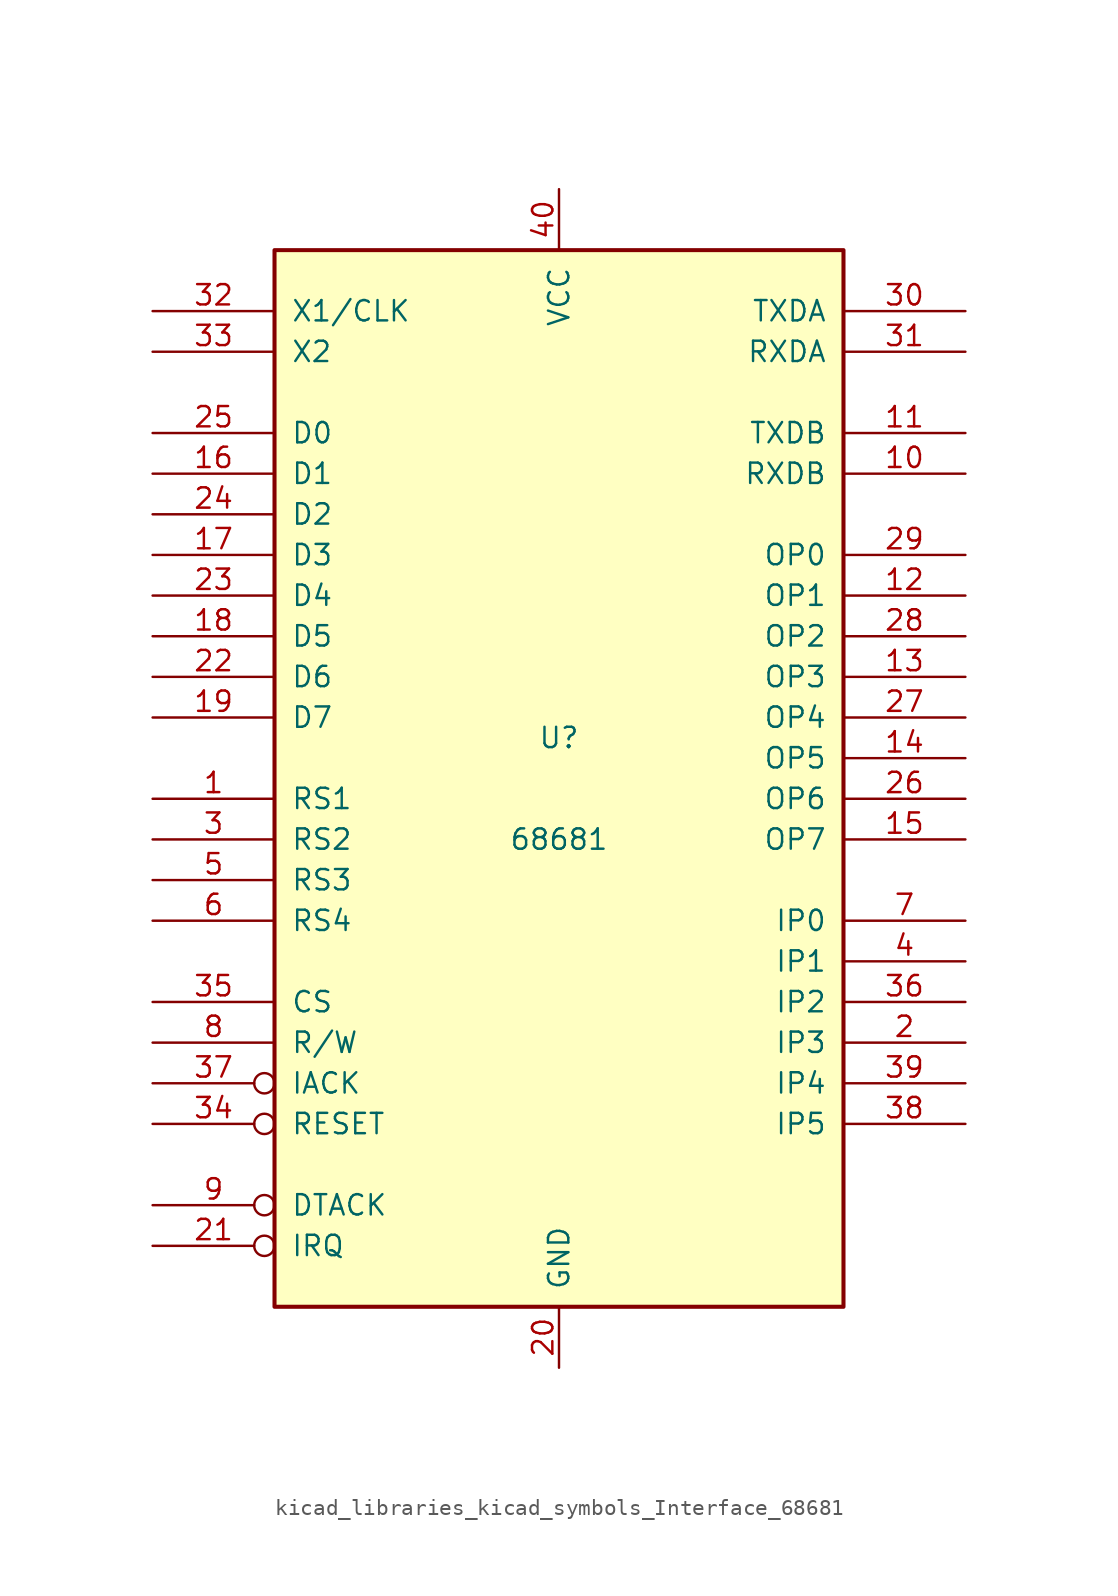
<source format=kicad_sym>
(kicad_symbol_lib
  (version 20220914)
  (generator kicad_symbol_editor)
  (symbol "kicad_libraries_kicad_symbols_Interface_68681"
    (pin_names
      (offset 1.016))
    (property "Reference" "U"
      (at 0 3.81 0)
      (effects (font (size 1.27 1.27))))
    (property "Value" "68681"
      (at 0 -2.54 0)
      (effects (font (size 1.27 1.27))))
    (symbol "kicad_libraries_kicad_symbols_Interface_68681_0_1"
      (rectangle (start -17.78 -31.75) (end 17.78 34.29) (stroke (width 0.254) (type default)) (fill (type background))))
    (symbol "kicad_libraries_kicad_symbols_Interface_68681_1_1"
      (pin input line (at -25.4 0 0) (length 7.62) (name "RS1" (effects (font (size 1.27 1.27)))) (number "1" (effects (font (size 1.27 1.27)))))
      (pin input line (at 25.4 20.32 180) (length 7.62) (name "RXDB" (effects (font (size 1.27 1.27)))) (number "10" (effects (font (size 1.27 1.27)))))
      (pin output line (at 25.4 22.86 180) (length 7.62) (name "TXDB" (effects (font (size 1.27 1.27)))) (number "11" (effects (font (size 1.27 1.27)))))
      (pin output line (at 25.4 12.7 180) (length 7.62) (name "OP1" (effects (font (size 1.27 1.27)))) (number "12" (effects (font (size 1.27 1.27)))))
      (pin output line (at 25.4 7.62 180) (length 7.62) (name "OP3" (effects (font (size 1.27 1.27)))) (number "13" (effects (font (size 1.27 1.27)))))
      (pin output line (at 25.4 2.54 180) (length 7.62) (name "OP5" (effects (font (size 1.27 1.27)))) (number "14" (effects (font (size 1.27 1.27)))))
      (pin output line (at 25.4 -2.54 180) (length 7.62) (name "OP7" (effects (font (size 1.27 1.27)))) (number "15" (effects (font (size 1.27 1.27)))))
      (pin tri_state line (at -25.4 20.32 0) (length 7.62) (name "D1" (effects (font (size 1.27 1.27)))) (number "16" (effects (font (size 1.27 1.27)))))
      (pin tri_state line (at -25.4 15.24 0) (length 7.62) (name "D3" (effects (font (size 1.27 1.27)))) (number "17" (effects (font (size 1.27 1.27)))))
      (pin tri_state line (at -25.4 10.16 0) (length 7.62) (name "D5" (effects (font (size 1.27 1.27)))) (number "18" (effects (font (size 1.27 1.27)))))
      (pin tri_state line (at -25.4 5.08 0) (length 7.62) (name "D7" (effects (font (size 1.27 1.27)))) (number "19" (effects (font (size 1.27 1.27)))))
      (pin input line (at 25.4 -15.24 180) (length 7.62) (name "IP3" (effects (font (size 1.27 1.27)))) (number "2" (effects (font (size 1.27 1.27)))))
      (pin power_in line (at 0 -35.56 90) (length 3.81) (name "GND" (effects (font (size 1.27 1.27)))) (number "20" (effects (font (size 1.27 1.27)))))
      (pin output inverted (at -25.4 -27.94 0) (length 7.62) (name "IRQ" (effects (font (size 1.27 1.27)))) (number "21" (effects (font (size 1.27 1.27)))))
      (pin tri_state line (at -25.4 7.62 0) (length 7.62) (name "D6" (effects (font (size 1.27 1.27)))) (number "22" (effects (font (size 1.27 1.27)))))
      (pin tri_state line (at -25.4 12.7 0) (length 7.62) (name "D4" (effects (font (size 1.27 1.27)))) (number "23" (effects (font (size 1.27 1.27)))))
      (pin tri_state line (at -25.4 17.78 0) (length 7.62) (name "D2" (effects (font (size 1.27 1.27)))) (number "24" (effects (font (size 1.27 1.27)))))
      (pin tri_state line (at -25.4 22.86 0) (length 7.62) (name "D0" (effects (font (size 1.27 1.27)))) (number "25" (effects (font (size 1.27 1.27)))))
      (pin output line (at 25.4 0 180) (length 7.62) (name "OP6" (effects (font (size 1.27 1.27)))) (number "26" (effects (font (size 1.27 1.27)))))
      (pin output line (at 25.4 5.08 180) (length 7.62) (name "OP4" (effects (font (size 1.27 1.27)))) (number "27" (effects (font (size 1.27 1.27)))))
      (pin output line (at 25.4 10.16 180) (length 7.62) (name "OP2" (effects (font (size 1.27 1.27)))) (number "28" (effects (font (size 1.27 1.27)))))
      (pin output line (at 25.4 15.24 180) (length 7.62) (name "OP0" (effects (font (size 1.27 1.27)))) (number "29" (effects (font (size 1.27 1.27)))))
      (pin input line (at -25.4 -2.54 0) (length 7.62) (name "RS2" (effects (font (size 1.27 1.27)))) (number "3" (effects (font (size 1.27 1.27)))))
      (pin output line (at 25.4 30.48 180) (length 7.62) (name "TXDA" (effects (font (size 1.27 1.27)))) (number "30" (effects (font (size 1.27 1.27)))))
      (pin input line (at 25.4 27.94 180) (length 7.62) (name "RXDA" (effects (font (size 1.27 1.27)))) (number "31" (effects (font (size 1.27 1.27)))))
      (pin input line (at -25.4 30.48 0) (length 7.62) (name "X1/CLK" (effects (font (size 1.27 1.27)))) (number "32" (effects (font (size 1.27 1.27)))))
      (pin input line (at -25.4 27.94 0) (length 7.62) (name "X2" (effects (font (size 1.27 1.27)))) (number "33" (effects (font (size 1.27 1.27)))))
      (pin input inverted (at -25.4 -20.32 0) (length 7.62) (name "RESET" (effects (font (size 1.27 1.27)))) (number "34" (effects (font (size 1.27 1.27)))))
      (pin input line (at -25.4 -12.7 0) (length 7.62) (name "CS" (effects (font (size 1.27 1.27)))) (number "35" (effects (font (size 1.27 1.27)))))
      (pin input line (at 25.4 -12.7 180) (length 7.62) (name "IP2" (effects (font (size 1.27 1.27)))) (number "36" (effects (font (size 1.27 1.27)))))
      (pin input inverted (at -25.4 -17.78 0) (length 7.62) (name "IACK" (effects (font (size 1.27 1.27)))) (number "37" (effects (font (size 1.27 1.27)))))
      (pin input line (at 25.4 -20.32 180) (length 7.62) (name "IP5" (effects (font (size 1.27 1.27)))) (number "38" (effects (font (size 1.27 1.27)))))
      (pin input line (at 25.4 -17.78 180) (length 7.62) (name "IP4" (effects (font (size 1.27 1.27)))) (number "39" (effects (font (size 1.27 1.27)))))
      (pin input line (at 25.4 -10.16 180) (length 7.62) (name "IP1" (effects (font (size 1.27 1.27)))) (number "4" (effects (font (size 1.27 1.27)))))
      (pin power_in line (at 0 38.1 270) (length 3.81) (name "VCC" (effects (font (size 1.27 1.27)))) (number "40" (effects (font (size 1.27 1.27)))))
      (pin input line (at -25.4 -5.08 0) (length 7.62) (name "RS3" (effects (font (size 1.27 1.27)))) (number "5" (effects (font (size 1.27 1.27)))))
      (pin input line (at -25.4 -7.62 0) (length 7.62) (name "RS4" (effects (font (size 1.27 1.27)))) (number "6" (effects (font (size 1.27 1.27)))))
      (pin input line (at 25.4 -7.62 180) (length 7.62) (name "IP0" (effects (font (size 1.27 1.27)))) (number "7" (effects (font (size 1.27 1.27)))))
      (pin input line (at -25.4 -15.24 0) (length 7.62) (name "R/W" (effects (font (size 1.27 1.27)))) (number "8" (effects (font (size 1.27 1.27)))))
      (pin open_collector inverted (at -25.4 -25.4 0) (length 7.62) (name "DTACK" (effects (font (size 1.27 1.27)))) (number "9" (effects (font (size 1.27 1.27))))))))
</source>
